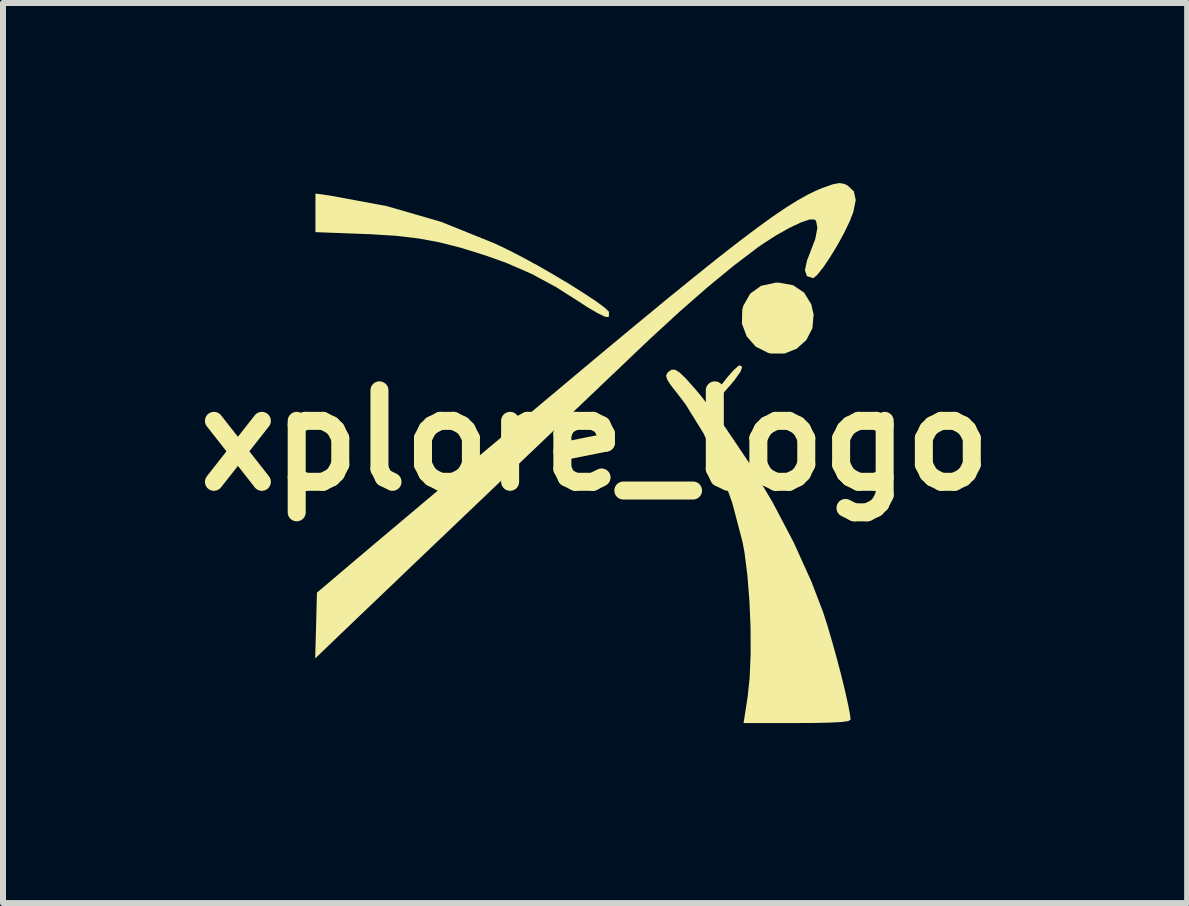
<source format=kicad_pcb>
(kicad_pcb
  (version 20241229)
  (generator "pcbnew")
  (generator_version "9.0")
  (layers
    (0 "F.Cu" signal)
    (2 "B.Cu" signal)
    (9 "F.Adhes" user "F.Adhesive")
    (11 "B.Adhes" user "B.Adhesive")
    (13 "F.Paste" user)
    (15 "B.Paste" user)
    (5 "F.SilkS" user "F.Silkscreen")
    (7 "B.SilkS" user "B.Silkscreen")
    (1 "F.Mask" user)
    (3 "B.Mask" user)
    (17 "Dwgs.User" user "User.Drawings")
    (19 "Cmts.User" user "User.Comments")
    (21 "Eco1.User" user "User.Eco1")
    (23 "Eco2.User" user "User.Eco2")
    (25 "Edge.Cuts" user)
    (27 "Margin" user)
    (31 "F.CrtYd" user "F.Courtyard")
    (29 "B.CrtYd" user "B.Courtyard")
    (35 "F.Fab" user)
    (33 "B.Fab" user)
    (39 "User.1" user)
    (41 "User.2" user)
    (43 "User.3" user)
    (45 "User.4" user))
  (footprint "xplore_logo"
    (layer "F.Cu")
    (at 6.865 4.289)
    (property "Reference" "xplore_logo" (at 0 0 0) (layer "F.SilkS") (effects (font (size 1.524 1.524) (thickness 0.3))))
    (attr board_only exclude_from_pos_files exclude_from_bom)
    (fp_poly (pts (xy 2.452 -1.227) (xy 2.425 -1.147) (xy 2.326 -1.008) (xy 2.274 -0.944) (xy 2.138 -0.79) (xy 2.052 -0.716) (xy 2.01 -0.718) (xy 2.004 -0.751) (xy 2.034 -0.821) (xy 2.109 -0.932) (xy 2.208 -1.057) (xy 2.307 -1.169) (xy 2.385 -1.24) (xy 2.411 -1.252)) (stroke (width 0) (type solid)) (fill yes) (layer "F.SilkS"))
    (fp_poly (pts (xy 3.299 -2.587) (xy 3.483 -2.464) (xy 3.603 -2.269) (xy 3.642 -2.098) (xy 3.622 -1.87) (xy 3.522 -1.675) (xy 3.361 -1.529) (xy 3.158 -1.448) (xy 2.93 -1.448) (xy 2.887 -1.458) (xy 2.677 -1.563) (xy 2.527 -1.734) (xy 2.448 -1.946) (xy 2.453 -2.178) (xy 2.47 -2.242) (xy 2.585 -2.446) (xy 2.766 -2.576) (xy 3.009 -2.629) (xy 3.059 -2.63)) (stroke (width 0) (type solid)) (fill yes) (layer "F.SilkS"))
    (fp_poly (pts (xy -4.421 -4.081) (xy -3.472 -3.905) (xy -2.563 -3.642) (xy -1.678 -3.285) (xy -1.464 -3.184) (xy -1.221 -3.059) (xy -0.954 -2.914) (xy -0.681 -2.757) (xy -0.417 -2.599) (xy -0.178 -2.448) (xy 0.021 -2.316) (xy 0.163 -2.211) (xy 0.232 -2.144) (xy 0.231 -2.07) (xy 0.219 -2.055) (xy 0.161 -2.064) (xy 0.043 -2.121) (xy -0.118 -2.215) (xy -0.225 -2.285) (xy -0.656 -2.559) (xy -1.059 -2.776) (xy -1.472 -2.956) (xy -1.809 -3.077) (xy -2.221 -3.206) (xy -2.587 -3.3) (xy -2.942 -3.366) (xy -3.319 -3.41) (xy -3.753 -3.437) (xy -3.87 -3.441) (xy -4.659 -3.471) (xy -4.659 -4.114)) (stroke (width 0) (type solid)) (fill yes) (layer "F.SilkS"))
    (fp_poly (pts (xy 1.412 -1.13) (xy 1.521 -1.024) (xy 1.674 -0.851) (xy 1.758 -0.751) (xy 2.17 -0.218) (xy 2.576 0.386) (xy 2.961 1.034) (xy 3.31 1.699) (xy 3.606 2.353) (xy 3.801 2.863) (xy 3.873 3.087) (xy 3.951 3.353) (xy 4.031 3.64) (xy 4.106 3.927) (xy 4.171 4.194) (xy 4.221 4.421) (xy 4.252 4.586) (xy 4.258 4.653) (xy 4.222 4.675) (xy 4.107 4.692) (xy 3.909 4.702) (xy 3.621 4.708) (xy 3.367 4.709) (xy 2.475 4.709) (xy 2.543 4.271) (xy 2.577 3.944) (xy 2.593 3.548) (xy 2.591 3.112) (xy 2.572 2.667) (xy 2.538 2.242) (xy 2.49 1.866) (xy 2.458 1.693) (xy 2.288 1.045) (xy 2.07 0.436) (xy 1.808 -0.117) (xy 1.512 -0.596) (xy 1.386 -0.763) (xy 1.264 -0.918) (xy 1.2 -1.018) (xy 1.184 -1.081) (xy 1.208 -1.129) (xy 1.217 -1.139) (xy 1.273 -1.179) (xy 1.333 -1.179)) (stroke (width 0) (type solid)) (fill yes) (layer "F.SilkS"))
    (fp_poly (pts (xy 4.154 -4.275) (xy 4.208 -4.249) (xy 4.313 -4.15) (xy 4.344 -4.005) (xy 4.303 -3.803) (xy 4.243 -3.65) (xy 4.148 -3.453) (xy 4.034 -3.246) (xy 3.914 -3.049) (xy 3.8 -2.881) (xy 3.704 -2.76) (xy 3.64 -2.706) (xy 3.634 -2.705) (xy 3.531 -2.737) (xy 3.497 -2.835) (xy 3.533 -3.002) (xy 3.582 -3.126) (xy 3.671 -3.362) (xy 3.705 -3.543) (xy 3.683 -3.657) (xy 3.659 -3.681) (xy 3.575 -3.682) (xy 3.429 -3.632) (xy 3.237 -3.541) (xy 3.018 -3.418) (xy 2.789 -3.27) (xy 2.713 -3.217) (xy 2.321 -2.92) (xy 1.881 -2.559) (xy 1.407 -2.144) (xy 0.938 -1.713) (xy 0.828 -1.609) (xy 0.653 -1.443) (xy 0.422 -1.222) (xy 0.142 -0.956) (xy -0.179 -0.65) (xy -0.533 -0.313) (xy -0.911 0.048) (xy -1.307 0.426) (xy -1.712 0.812) (xy -2.118 1.199) (xy -2.518 1.581) (xy -2.903 1.948) (xy -3.265 2.294) (xy -3.597 2.612) (xy -3.891 2.892) (xy -4.138 3.129) (xy -4.332 3.314) (xy -4.398 3.378) (xy -4.663 3.632) (xy -4.648 3.084) (xy -4.634 2.536) (xy -4.008 2.005) (xy -3.865 1.884) (xy -3.653 1.705) (xy -3.38 1.475) (xy -3.054 1.201) (xy -2.683 0.888) (xy -2.273 0.544) (xy -1.834 0.176) (xy -1.373 -0.211) (xy -0.898 -0.61) (xy -0.526 -0.922) (xy 0.119 -1.462) (xy 0.693 -1.939) (xy 1.202 -2.359) (xy 1.652 -2.724) (xy 2.046 -3.04) (xy 2.391 -3.309) (xy 2.691 -3.535) (xy 2.951 -3.724) (xy 3.178 -3.878) (xy 3.375 -4.001) (xy 3.548 -4.098) (xy 3.703 -4.172) (xy 3.798 -4.211) (xy 3.965 -4.269) (xy 4.073 -4.289)) (stroke (width 0) (type solid)) (fill yes) (layer "F.SilkS")))
  (gr_rect
    (start -3 -3)
    (end 16.731 11.998)
    (stroke (width 0.1) (type default))
    (fill no)
    (layer "Edge.Cuts")))
</source>
